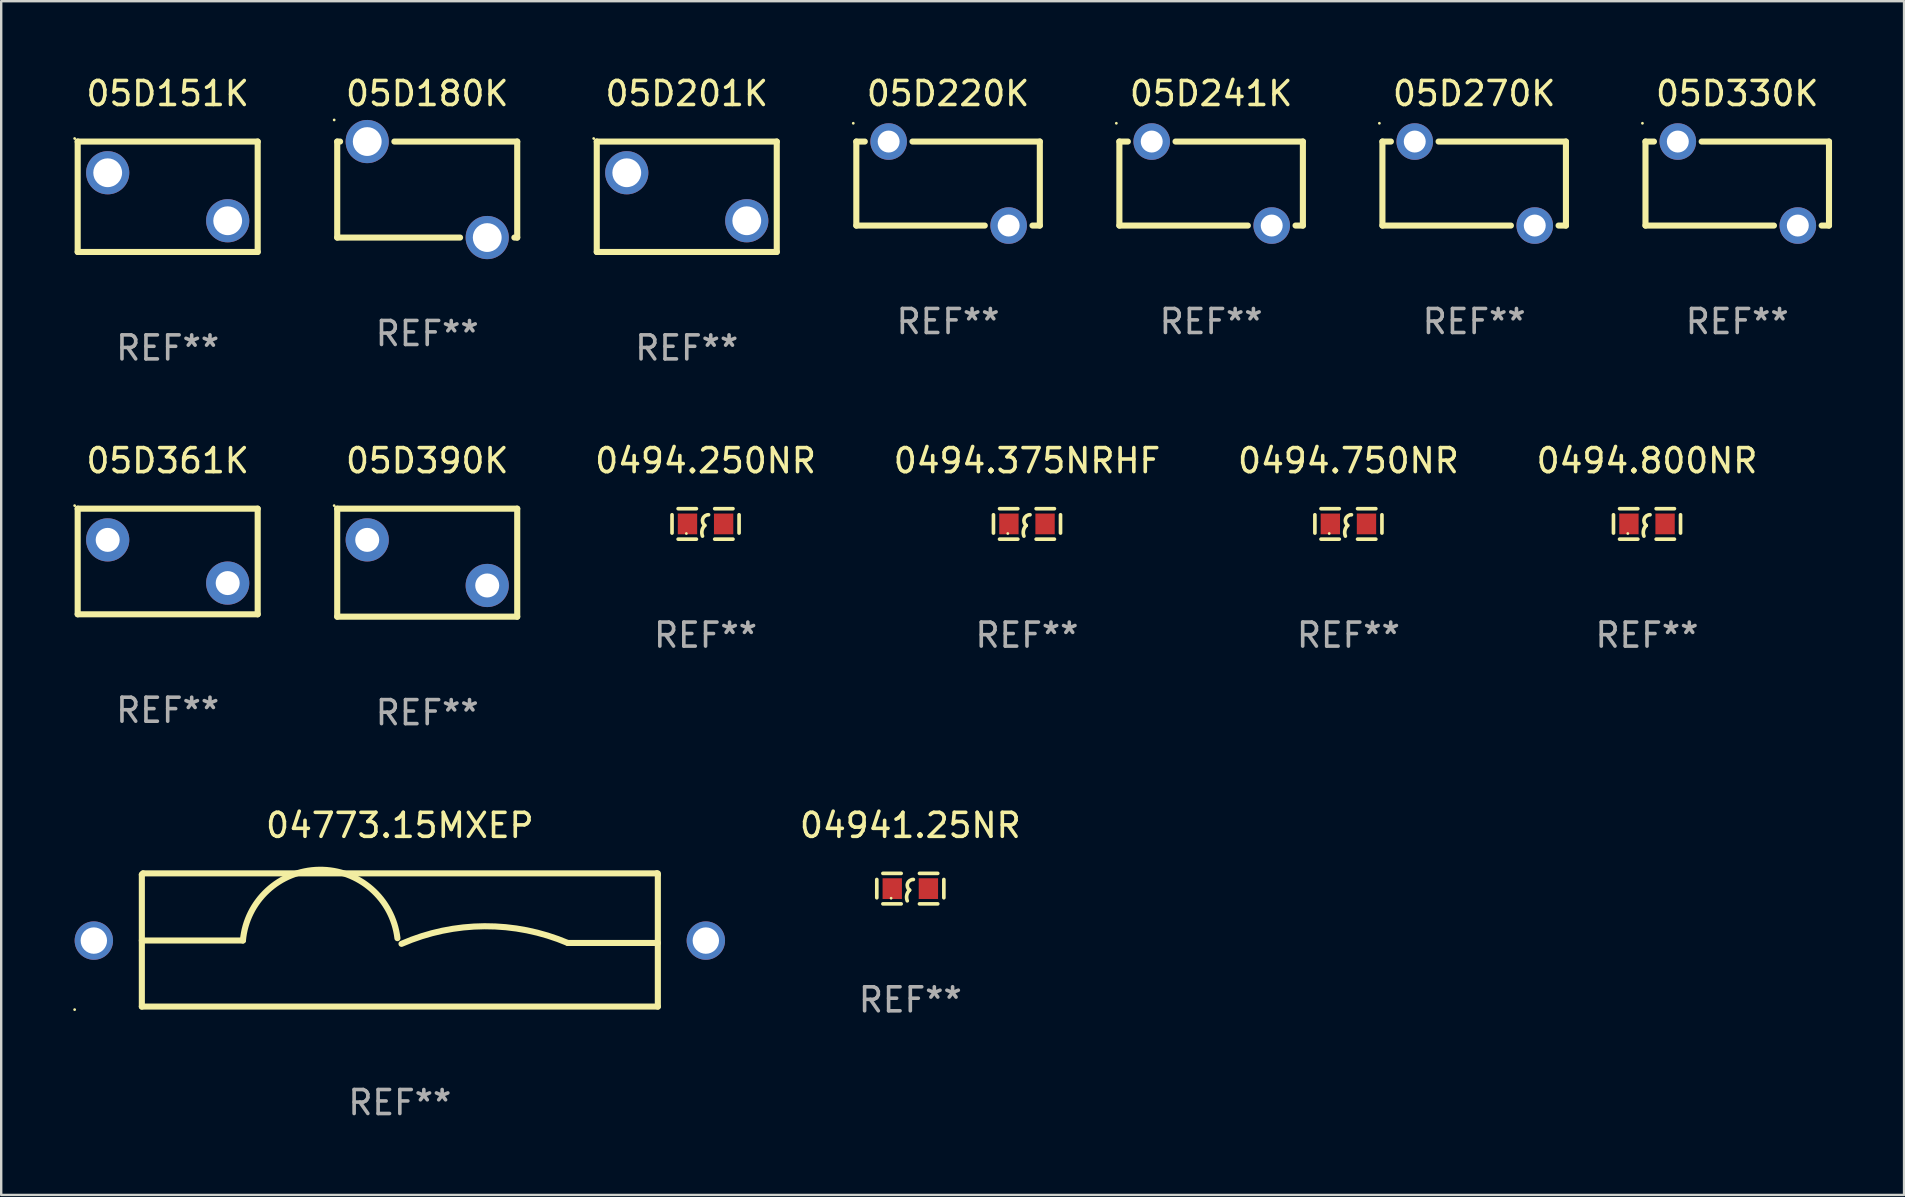
<source format=kicad_pcb>
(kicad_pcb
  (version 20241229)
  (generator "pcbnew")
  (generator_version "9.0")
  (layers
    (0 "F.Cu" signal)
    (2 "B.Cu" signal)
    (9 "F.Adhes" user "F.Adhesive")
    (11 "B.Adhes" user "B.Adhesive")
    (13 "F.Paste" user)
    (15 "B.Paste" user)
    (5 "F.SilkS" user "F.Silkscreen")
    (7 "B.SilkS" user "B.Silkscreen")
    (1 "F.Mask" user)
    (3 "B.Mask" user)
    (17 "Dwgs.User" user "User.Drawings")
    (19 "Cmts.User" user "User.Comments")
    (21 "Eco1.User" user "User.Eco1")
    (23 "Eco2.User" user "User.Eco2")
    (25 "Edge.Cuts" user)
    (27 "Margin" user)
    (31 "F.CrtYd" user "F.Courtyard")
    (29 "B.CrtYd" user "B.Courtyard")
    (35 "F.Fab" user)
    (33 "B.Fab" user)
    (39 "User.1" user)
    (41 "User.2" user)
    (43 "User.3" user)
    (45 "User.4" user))
  (footprint "05D151K"
    (layer "F.Cu")
    (at 3.937 5.148)
    (property "Reference" "05D151K" (at 0 -4.3 0) (layer "F.SilkS") (effects (font (size 1 1) (thickness 0.15))))
    (attr through_hole)
    (fp_line (start -3.75 -2.3) (end 3.75 -2.3) (stroke (width 0.254) (type solid)) (layer "F.SilkS"))
    (fp_line (start -3.75 2.3) (end -3.75 -2.3) (stroke (width 0.254) (type solid)) (layer "F.SilkS"))
    (fp_line (start 3.75 -2.3) (end 3.75 2.3) (stroke (width 0.254) (type solid)) (layer "F.SilkS"))
    (fp_line (start 3.75 2.3) (end -3.75 2.3) (stroke (width 0.254) (type solid)) (layer "F.SilkS"))
    (fp_circle (center -3.877 -2.427) (end -3.847 -2.427) (stroke (width 0.06) (type solid)) (fill no) (layer "F.SilkS"))
    (fp_text user "REF**" (at 0 6.3 0) (layer "F.Fab") (effects (font (size 1 1) (thickness 0.15))))
    (pad "1" thru_hole circle (at -2.5 -1) (size 1.8 1.8) (drill 1.2) (layers "*.Cu" "*.Mask"))
    (pad "2" thru_hole circle (at 2.5 1) (size 1.8 1.8) (drill 1.2) (layers "*.Cu" "*.Mask")))
  (footprint "05D270K"
    (layer "F.Cu")
    (at 58.374 4.598)
    (property "Reference" "05D270K" (at 0 -3.75 0) (layer "F.SilkS") (effects (font (size 1 1) (thickness 0.15))))
    (attr through_hole)
    (fp_line (start -3.823 -1.75) (end -3.47 -1.75) (stroke (width 0.254) (type solid)) (layer "F.SilkS"))
    (fp_line (start -3.823 1.75) (end -3.823 -1.75) (stroke (width 0.254) (type solid)) (layer "F.SilkS"))
    (fp_line (start -3.823 1.75) (end 1.53 1.75) (stroke (width 0.254) (type solid)) (layer "F.SilkS"))
    (fp_line (start -1.483 -1.75) (end 3.823 -1.75) (stroke (width 0.254) (type solid)) (layer "F.SilkS"))
    (fp_line (start 3.517 1.75) (end 3.823 1.75) (stroke (width 0.254) (type solid)) (layer "F.SilkS"))
    (fp_line (start 3.823 -1.75) (end 3.823 1.75) (stroke (width 0.254) (type solid)) (layer "F.SilkS"))
    (fp_circle (center -3.95 -2.512) (end -3.92 -2.512) (stroke (width 0.06) (type solid)) (fill no) (layer "F.SilkS"))
    (fp_text user "REF**" (at 0 5.75 0) (layer "F.Fab") (effects (font (size 1 1) (thickness 0.15))))
    (pad "1" thru_hole circle (at -2.476 -1.75) (size 1.524 1.524) (drill 0.914) (layers "*.Cu" "*.Mask"))
    (pad "2" thru_hole circle (at 2.524 1.75) (size 1.524 1.524) (drill 0.914) (layers "*.Cu" "*.Mask")))
  (footprint "05D180K"
    (layer "F.Cu")
    (at 14.751 4.848)
    (property "Reference" "05D180K" (at 0 -4 0) (layer "F.SilkS") (effects (font (size 1 1) (thickness 0.15))))
    (attr through_hole)
    (fp_line (start -3.75 -2) (end -3.631 -2) (stroke (width 0.254) (type solid)) (layer "F.SilkS"))
    (fp_line (start -3.75 2) (end -3.75 -2) (stroke (width 0.254) (type solid)) (layer "F.SilkS"))
    (fp_line (start -1.369 -2) (end 3.75 -2) (stroke (width 0.254) (type solid)) (layer "F.SilkS"))
    (fp_line (start 1.369 2) (end -3.75 2) (stroke (width 0.254) (type solid)) (layer "F.SilkS"))
    (fp_line (start 3.75 -2) (end 3.75 2) (stroke (width 0.254) (type solid)) (layer "F.SilkS"))
    (fp_line (start 3.75 2) (end 3.631 2) (stroke (width 0.254) (type solid)) (layer "F.SilkS"))
    (fp_circle (center -3.877 -2.9) (end -3.847 -2.9) (stroke (width 0.06) (type solid)) (fill no) (layer "F.SilkS"))
    (fp_text user "REF**" (at 0 6 0) (layer "F.Fab") (effects (font (size 1 1) (thickness 0.15))))
    (pad "1" thru_hole circle (at -2.5 -2) (size 1.8 1.8) (drill 1.2) (layers "*.Cu" "*.Mask"))
    (pad "2" thru_hole circle (at 2.5 2) (size 1.8 1.8) (drill 1.2) (layers "*.Cu" "*.Mask")))
  (footprint "05D220K"
    (layer "F.Cu")
    (at 36.453 4.598)
    (property "Reference" "05D220K" (at 0 -3.75 0) (layer "F.SilkS") (effects (font (size 1 1) (thickness 0.15))))
    (attr through_hole)
    (fp_line (start -3.823 -1.75) (end -3.47 -1.75) (stroke (width 0.254) (type solid)) (layer "F.SilkS"))
    (fp_line (start -3.823 1.75) (end -3.823 -1.75) (stroke (width 0.254) (type solid)) (layer "F.SilkS"))
    (fp_line (start -3.823 1.75) (end 1.53 1.75) (stroke (width 0.254) (type solid)) (layer "F.SilkS"))
    (fp_line (start -1.483 -1.75) (end 3.823 -1.75) (stroke (width 0.254) (type solid)) (layer "F.SilkS"))
    (fp_line (start 3.517 1.75) (end 3.823 1.75) (stroke (width 0.254) (type solid)) (layer "F.SilkS"))
    (fp_line (start 3.823 -1.75) (end 3.823 1.75) (stroke (width 0.254) (type solid)) (layer "F.SilkS"))
    (fp_circle (center -3.95 -2.512) (end -3.92 -2.512) (stroke (width 0.06) (type solid)) (fill no) (layer "F.SilkS"))
    (fp_text user "REF**" (at 0 5.75 0) (layer "F.Fab") (effects (font (size 1 1) (thickness 0.15))))
    (pad "1" thru_hole circle (at -2.476 -1.75) (size 1.524 1.524) (drill 0.914) (layers "*.Cu" "*.Mask"))
    (pad "2" thru_hole circle (at 2.524 1.75) (size 1.524 1.524) (drill 0.914) (layers "*.Cu" "*.Mask")))
  (footprint "04941.25NR"
    (layer "F.Cu")
    (at 34.88 33.976)
    (property "Reference" "04941.25NR" (at 0 -2.635 0) (layer "F.SilkS") (effects (font (size 1 1) (thickness 0.15))))
    (attr through_hole)
    (fp_line (start -1.397 -0.381) (end -1.397 0.381) (stroke (width 0.152) (type solid)) (layer "F.SilkS"))
    (fp_line (start -0.381 -0.635) (end -1.143 -0.635) (stroke (width 0.152) (type solid)) (layer "F.SilkS"))
    (fp_line (start -0.381 0.635) (end -1.143 0.635) (stroke (width 0.152) (type solid)) (layer "F.SilkS"))
    (fp_line (start 0.381 -0.635) (end 1.143 -0.635) (stroke (width 0.152) (type solid)) (layer "F.SilkS"))
    (fp_line (start 0.381 0.635) (end 1.143 0.635) (stroke (width 0.152) (type solid)) (layer "F.SilkS"))
    (fp_line (start 1.397 -0.381) (end 1.397 0.381) (stroke (width 0.152) (type solid)) (layer "F.SilkS"))
    (fp_arc (start -0.127 0.508001) (mid -0.146523 0.271131) (end -0.030861 0.0635) (stroke (width 0.151994) (type solid)) (layer "F.SilkS"))
    (fp_arc (start -0.03175 0.0635) (mid -0.113571 -0.216321) (end 0.127001 -0.381002) (stroke (width 0.151994) (type solid)) (layer "F.SilkS"))
    (fp_circle (center -0.8 0.4) (end -0.77 0.4) (stroke (width 0.06) (type solid)) (fill no) (layer "F.SilkS"))
    (fp_text user "REF**" (at 0 4.635 0) (layer "F.Fab") (effects (font (size 1 1) (thickness 0.15))))
    (pad "1" smd rect (at -0.753 0) (size 0.806 0.864) (layers "F.Cu" "F.Mask" "F.Paste"))
    (pad "2" smd rect (at 0.753 0) (size 0.806 0.864) (layers "F.Cu" "F.Mask" "F.Paste")))
  (footprint "05D390K"
    (layer "F.Cu")
    (at 14.751 20.395)
    (property "Reference" "05D390K" (at 0 -4.25 0) (layer "F.SilkS") (effects (font (size 1 1) (thickness 0.15))))
    (attr through_hole)
    (fp_line (start -3.75 -2.25) (end -3.75 2.25) (stroke (width 0.254) (type solid)) (layer "F.SilkS"))
    (fp_line (start -3.75 -2.25) (end 3.75 -2.25) (stroke (width 0.254) (type solid)) (layer "F.SilkS"))
    (fp_line (start -3.75 2.25) (end 3.75 2.25) (stroke (width 0.254) (type solid)) (layer "F.SilkS"))
    (fp_line (start 3.75 -2.25) (end 3.75 2.25) (stroke (width 0.254) (type solid)) (layer "F.SilkS"))
    (fp_circle (center -3.877 -2.377) (end -3.847 -2.377) (stroke (width 0.06) (type solid)) (fill no) (layer "F.SilkS"))
    (fp_text user "REF**" (at 0 6.25 0) (layer "F.Fab") (effects (font (size 1 1) (thickness 0.15))))
    (pad "1" thru_hole circle (at -2.5 -0.95) (size 1.8 1.8) (drill 1) (layers "*.Cu" "*.Mask"))
    (pad "2" thru_hole circle (at 2.5 0.95) (size 1.8 1.8) (drill 1) (layers "*.Cu" "*.Mask")))
  (footprint "0494.375NRHF"
    (layer "F.Cu")
    (at 39.741 18.78)
    (property "Reference" "0494.375NRHF" (at 0 -2.635 0) (layer "F.SilkS") (effects (font (size 1 1) (thickness 0.15))))
    (attr through_hole)
    (fp_line (start -1.397 -0.381) (end -1.397 0.381) (stroke (width 0.152) (type solid)) (layer "F.SilkS"))
    (fp_line (start -0.381 -0.635) (end -1.143 -0.635) (stroke (width 0.152) (type solid)) (layer "F.SilkS"))
    (fp_line (start -0.381 0.635) (end -1.143 0.635) (stroke (width 0.152) (type solid)) (layer "F.SilkS"))
    (fp_line (start 0.381 -0.635) (end 1.143 -0.635) (stroke (width 0.152) (type solid)) (layer "F.SilkS"))
    (fp_line (start 0.381 0.635) (end 1.143 0.635) (stroke (width 0.152) (type solid)) (layer "F.SilkS"))
    (fp_line (start 1.397 -0.381) (end 1.397 0.381) (stroke (width 0.152) (type solid)) (layer "F.SilkS"))
    (fp_arc (start -0.127 0.508001) (mid -0.146523 0.271131) (end -0.030861 0.0635) (stroke (width 0.151994) (type solid)) (layer "F.SilkS"))
    (fp_arc (start -0.03175 0.0635) (mid -0.113571 -0.216321) (end 0.127001 -0.381002) (stroke (width 0.151994) (type solid)) (layer "F.SilkS"))
    (fp_circle (center -0.8 0.4) (end -0.77 0.4) (stroke (width 0.06) (type solid)) (fill no) (layer "F.SilkS"))
    (fp_text user "REF**" (at 0 4.635 0) (layer "F.Fab") (effects (font (size 1 1) (thickness 0.15))))
    (pad "1" smd rect (at -0.753 0) (size 0.806 0.864) (layers "F.Cu" "F.Mask" "F.Paste"))
    (pad "2" smd rect (at 0.753 0) (size 0.806 0.864) (layers "F.Cu" "F.Mask" "F.Paste")))
  (footprint "05D330K"
    (layer "F.Cu")
    (at 69.335 4.598)
    (property "Reference" "05D330K" (at 0 -3.75 0) (layer "F.SilkS") (effects (font (size 1 1) (thickness 0.15))))
    (attr through_hole)
    (fp_line (start -3.823 -1.75) (end -3.47 -1.75) (stroke (width 0.254) (type solid)) (layer "F.SilkS"))
    (fp_line (start -3.823 1.75) (end -3.823 -1.75) (stroke (width 0.254) (type solid)) (layer "F.SilkS"))
    (fp_line (start -3.823 1.75) (end 1.53 1.75) (stroke (width 0.254) (type solid)) (layer "F.SilkS"))
    (fp_line (start -1.483 -1.75) (end 3.823 -1.75) (stroke (width 0.254) (type solid)) (layer "F.SilkS"))
    (fp_line (start 3.517 1.75) (end 3.823 1.75) (stroke (width 0.254) (type solid)) (layer "F.SilkS"))
    (fp_line (start 3.823 -1.75) (end 3.823 1.75) (stroke (width 0.254) (type solid)) (layer "F.SilkS"))
    (fp_circle (center -3.95 -2.512) (end -3.92 -2.512) (stroke (width 0.06) (type solid)) (fill no) (layer "F.SilkS"))
    (fp_text user "REF**" (at 0 5.75 0) (layer "F.Fab") (effects (font (size 1 1) (thickness 0.15))))
    (pad "1" thru_hole circle (at -2.476 -1.75) (size 1.524 1.524) (drill 0.914) (layers "*.Cu" "*.Mask"))
    (pad "2" thru_hole circle (at 2.524 1.75) (size 1.524 1.524) (drill 0.914) (layers "*.Cu" "*.Mask")))
  (footprint "0494.250NR"
    (layer "F.Cu")
    (at 26.348 18.78)
    (property "Reference" "0494.250NR" (at 0 -2.635 0) (layer "F.SilkS") (effects (font (size 1 1) (thickness 0.15))))
    (attr through_hole)
    (fp_line (start -1.397 -0.381) (end -1.397 0.381) (stroke (width 0.152) (type solid)) (layer "F.SilkS"))
    (fp_line (start -0.381 -0.635) (end -1.143 -0.635) (stroke (width 0.152) (type solid)) (layer "F.SilkS"))
    (fp_line (start -0.381 0.635) (end -1.143 0.635) (stroke (width 0.152) (type solid)) (layer "F.SilkS"))
    (fp_line (start 0.381 -0.635) (end 1.143 -0.635) (stroke (width 0.152) (type solid)) (layer "F.SilkS"))
    (fp_line (start 0.381 0.635) (end 1.143 0.635) (stroke (width 0.152) (type solid)) (layer "F.SilkS"))
    (fp_line (start 1.397 -0.381) (end 1.397 0.381) (stroke (width 0.152) (type solid)) (layer "F.SilkS"))
    (fp_arc (start -0.127 0.508001) (mid -0.146523 0.271131) (end -0.030861 0.0635) (stroke (width 0.151994) (type solid)) (layer "F.SilkS"))
    (fp_arc (start -0.03175 0.0635) (mid -0.113571 -0.216321) (end 0.127001 -0.381002) (stroke (width 0.151994) (type solid)) (layer "F.SilkS"))
    (fp_circle (center -0.8 0.4) (end -0.77 0.4) (stroke (width 0.06) (type solid)) (fill no) (layer "F.SilkS"))
    (fp_text user "REF**" (at 0 4.635 0) (layer "F.Fab") (effects (font (size 1 1) (thickness 0.15))))
    (pad "1" smd rect (at -0.753 0) (size 0.806 0.864) (layers "F.Cu" "F.Mask" "F.Paste"))
    (pad "2" smd rect (at 0.753 0) (size 0.806 0.864) (layers "F.Cu" "F.Mask" "F.Paste")))
  (footprint "05D241K"
    (layer "F.Cu")
    (at 47.414 4.598)
    (property "Reference" "05D241K" (at 0 -3.75 0) (layer "F.SilkS") (effects (font (size 1 1) (thickness 0.15))))
    (attr through_hole)
    (fp_line (start -3.823 -1.75) (end -3.47 -1.75) (stroke (width 0.254) (type solid)) (layer "F.SilkS"))
    (fp_line (start -3.823 1.75) (end -3.823 -1.75) (stroke (width 0.254) (type solid)) (layer "F.SilkS"))
    (fp_line (start -3.823 1.75) (end 1.53 1.75) (stroke (width 0.254) (type solid)) (layer "F.SilkS"))
    (fp_line (start -1.483 -1.75) (end 3.823 -1.75) (stroke (width 0.254) (type solid)) (layer "F.SilkS"))
    (fp_line (start 3.517 1.75) (end 3.823 1.75) (stroke (width 0.254) (type solid)) (layer "F.SilkS"))
    (fp_line (start 3.823 -1.75) (end 3.823 1.75) (stroke (width 0.254) (type solid)) (layer "F.SilkS"))
    (fp_circle (center -3.95 -2.512) (end -3.92 -2.512) (stroke (width 0.06) (type solid)) (fill no) (layer "F.SilkS"))
    (fp_text user "REF**" (at 0 5.75 0) (layer "F.Fab") (effects (font (size 1 1) (thickness 0.15))))
    (pad "1" thru_hole circle (at -2.476 -1.75) (size 1.524 1.524) (drill 0.914) (layers "*.Cu" "*.Mask"))
    (pad "2" thru_hole circle (at 2.524 1.75) (size 1.524 1.524) (drill 0.914) (layers "*.Cu" "*.Mask")))
  (footprint "0494.750NR"
    (layer "F.Cu")
    (at 53.134 18.78)
    (property "Reference" "0494.750NR" (at 0 -2.635 0) (layer "F.SilkS") (effects (font (size 1 1) (thickness 0.15))))
    (attr through_hole)
    (fp_line (start -1.397 -0.381) (end -1.397 0.381) (stroke (width 0.152) (type solid)) (layer "F.SilkS"))
    (fp_line (start -0.381 -0.635) (end -1.143 -0.635) (stroke (width 0.152) (type solid)) (layer "F.SilkS"))
    (fp_line (start -0.381 0.635) (end -1.143 0.635) (stroke (width 0.152) (type solid)) (layer "F.SilkS"))
    (fp_line (start 0.381 -0.635) (end 1.143 -0.635) (stroke (width 0.152) (type solid)) (layer "F.SilkS"))
    (fp_line (start 0.381 0.635) (end 1.143 0.635) (stroke (width 0.152) (type solid)) (layer "F.SilkS"))
    (fp_line (start 1.397 -0.381) (end 1.397 0.381) (stroke (width 0.152) (type solid)) (layer "F.SilkS"))
    (fp_arc (start -0.127 0.508001) (mid -0.146523 0.271131) (end -0.030861 0.0635) (stroke (width 0.151994) (type solid)) (layer "F.SilkS"))
    (fp_arc (start -0.03175 0.0635) (mid -0.113571 -0.216321) (end 0.127001 -0.381002) (stroke (width 0.151994) (type solid)) (layer "F.SilkS"))
    (fp_circle (center -0.8 0.4) (end -0.77 0.4) (stroke (width 0.06) (type solid)) (fill no) (layer "F.SilkS"))
    (fp_text user "REF**" (at 0 4.635 0) (layer "F.Fab") (effects (font (size 1 1) (thickness 0.15))))
    (pad "1" smd rect (at -0.753 0) (size 0.806 0.864) (layers "F.Cu" "F.Mask" "F.Paste"))
    (pad "2" smd rect (at 0.753 0) (size 0.806 0.864) (layers "F.Cu" "F.Mask" "F.Paste")))
  (footprint "0494.800NR"
    (layer "F.Cu")
    (at 65.575 18.78)
    (property "Reference" "0494.800NR" (at 0 -2.635 0) (layer "F.SilkS") (effects (font (size 1 1) (thickness 0.15))))
    (attr through_hole)
    (fp_line (start -1.397 -0.381) (end -1.397 0.381) (stroke (width 0.152) (type solid)) (layer "F.SilkS"))
    (fp_line (start -0.381 -0.635) (end -1.143 -0.635) (stroke (width 0.152) (type solid)) (layer "F.SilkS"))
    (fp_line (start -0.381 0.635) (end -1.143 0.635) (stroke (width 0.152) (type solid)) (layer "F.SilkS"))
    (fp_line (start 0.381 -0.635) (end 1.143 -0.635) (stroke (width 0.152) (type solid)) (layer "F.SilkS"))
    (fp_line (start 0.381 0.635) (end 1.143 0.635) (stroke (width 0.152) (type solid)) (layer "F.SilkS"))
    (fp_line (start 1.397 -0.381) (end 1.397 0.381) (stroke (width 0.152) (type solid)) (layer "F.SilkS"))
    (fp_arc (start -0.127 0.508001) (mid -0.146523 0.271131) (end -0.030861 0.0635) (stroke (width 0.151994) (type solid)) (layer "F.SilkS"))
    (fp_arc (start -0.03175 0.0635) (mid -0.113571 -0.216321) (end 0.127001 -0.381002) (stroke (width 0.151994) (type solid)) (layer "F.SilkS"))
    (fp_circle (center -0.8 0.4) (end -0.77 0.4) (stroke (width 0.06) (type solid)) (fill no) (layer "F.SilkS"))
    (fp_text user "REF**" (at 0 4.635 0) (layer "F.Fab") (effects (font (size 1 1) (thickness 0.15))))
    (pad "1" smd rect (at -0.753 0) (size 0.806 0.864) (layers "F.Cu" "F.Mask" "F.Paste"))
    (pad "2" smd rect (at 0.753 0) (size 0.806 0.864) (layers "F.Cu" "F.Mask" "F.Paste")))
  (footprint "05D201K"
    (layer "F.Cu")
    (at 25.565 5.148)
    (property "Reference" "05D201K" (at 0 -4.3 0) (layer "F.SilkS") (effects (font (size 1 1) (thickness 0.15))))
    (attr through_hole)
    (fp_line (start -3.75 -2.3) (end 3.75 -2.3) (stroke (width 0.254) (type solid)) (layer "F.SilkS"))
    (fp_line (start -3.75 2.3) (end -3.75 -2.3) (stroke (width 0.254) (type solid)) (layer "F.SilkS"))
    (fp_line (start 3.75 -2.3) (end 3.75 2.3) (stroke (width 0.254) (type solid)) (layer "F.SilkS"))
    (fp_line (start 3.75 2.3) (end -3.75 2.3) (stroke (width 0.254) (type solid)) (layer "F.SilkS"))
    (fp_circle (center -3.877 -2.427) (end -3.847 -2.427) (stroke (width 0.06) (type solid)) (fill no) (layer "F.SilkS"))
    (fp_text user "REF**" (at 0 6.3 0) (layer "F.Fab") (effects (font (size 1 1) (thickness 0.15))))
    (pad "1" thru_hole circle (at -2.5 -1) (size 1.8 1.8) (drill 1.2) (layers "*.Cu" "*.Mask"))
    (pad "2" thru_hole circle (at 2.5 1) (size 1.8 1.8) (drill 1.2) (layers "*.Cu" "*.Mask")))
  (footprint "05D361K"
    (layer "F.Cu")
    (at 3.937 20.345)
    (property "Reference" "05D361K" (at 0 -4.2 0) (layer "F.SilkS") (effects (font (size 1 1) (thickness 0.15))))
    (attr through_hole)
    (fp_line (start -3.75 -2.2) (end 3.75 -2.2) (stroke (width 0.254) (type solid)) (layer "F.SilkS"))
    (fp_line (start -3.75 2.2) (end -3.75 -2.2) (stroke (width 0.254) (type solid)) (layer "F.SilkS"))
    (fp_line (start 3.75 -2.2) (end 3.75 2.2) (stroke (width 0.254) (type solid)) (layer "F.SilkS"))
    (fp_line (start 3.75 2.2) (end -3.75 2.2) (stroke (width 0.254) (type solid)) (layer "F.SilkS"))
    (fp_circle (center -3.877 -2.327) (end -3.847 -2.327) (stroke (width 0.06) (type solid)) (fill no) (layer "F.SilkS"))
    (fp_text user "REF**" (at 0 6.2 0) (layer "F.Fab") (effects (font (size 1 1) (thickness 0.15))))
    (pad "1" thru_hole circle (at -2.5 -0.9) (size 1.8 1.8) (drill 1) (layers "*.Cu" "*.Mask"))
    (pad "2" thru_hole circle (at 2.5 0.9) (size 1.8 1.8) (drill 1) (layers "*.Cu" "*.Mask")))
  (footprint "04773.15MXEP"
    (layer "F.Cu")
    (at 13.61 36.116)
    (property "Reference" "04773.15MXEP" (at 0 -4.775 0) (layer "F.SilkS") (effects (font (size 1 1) (thickness 0.15))))
    (attr through_hole)
    (fp_line (start -10.75 -2.725) (end -10.7 -2.775) (stroke (width 0.254) (type solid)) (layer "F.SilkS"))
    (fp_line (start -10.75 2.775) (end -10.75 -2.725) (stroke (width 0.254) (type solid)) (layer "F.SilkS"))
    (fp_line (start -10.75 2.775) (end 10.75 2.775) (stroke (width 0.254) (type solid)) (layer "F.SilkS"))
    (fp_line (start -10.7 -2.775) (end 10.7 -2.775) (stroke (width 0.254) (type solid)) (layer "F.SilkS"))
    (fp_line (start -6.538 0.021) (end -10.75 0.021) (stroke (width 0.254) (type solid)) (layer "F.SilkS"))
    (fp_line (start 7 0.125) (end 10.75 0.125) (stroke (width 0.254) (type solid)) (layer "F.SilkS"))
    (fp_line (start 10.7 -2.775) (end 10.75 -2.725) (stroke (width 0.254) (type solid)) (layer "F.SilkS"))
    (fp_line (start 10.75 2.775) (end 10.75 -2.775) (stroke (width 0.254) (type solid)) (layer "F.SilkS"))
    (fp_arc (start -6.538277 0.020573) (mid -3.362163 -2.925392) (end -0.1 -0.075006) (stroke (width 0.254001) (type solid)) (layer "F.SilkS"))
    (fp_arc (start 0.069571 0.160528) (mid 3.531132 -0.572293) (end 7.000025 0.124994) (stroke (width 0.254001) (type solid)) (layer "F.SilkS"))
    (fp_circle (center -13.55 2.902) (end -13.52 2.902) (stroke (width 0.06) (type solid)) (fill no) (layer "F.SilkS"))
    (fp_text user "REF**" (at 0 6.775 0) (layer "F.Fab") (effects (font (size 1 1) (thickness 0.15))))
    (pad "1" thru_hole circle (at -12.75 0.025) (size 1.6 1.6) (drill 1.1) (layers "*.Cu" "*.Mask"))
    (pad "2" thru_hole circle (at 12.75 0.025) (size 1.6 1.6) (drill 1.1) (layers "*.Cu" "*.Mask")))
  (gr_rect
    (start -3 -3)
    (end 76.286 46.74)
    (stroke (width 0.1) (type default))
    (fill no)
    (layer "Edge.Cuts")))
</source>
